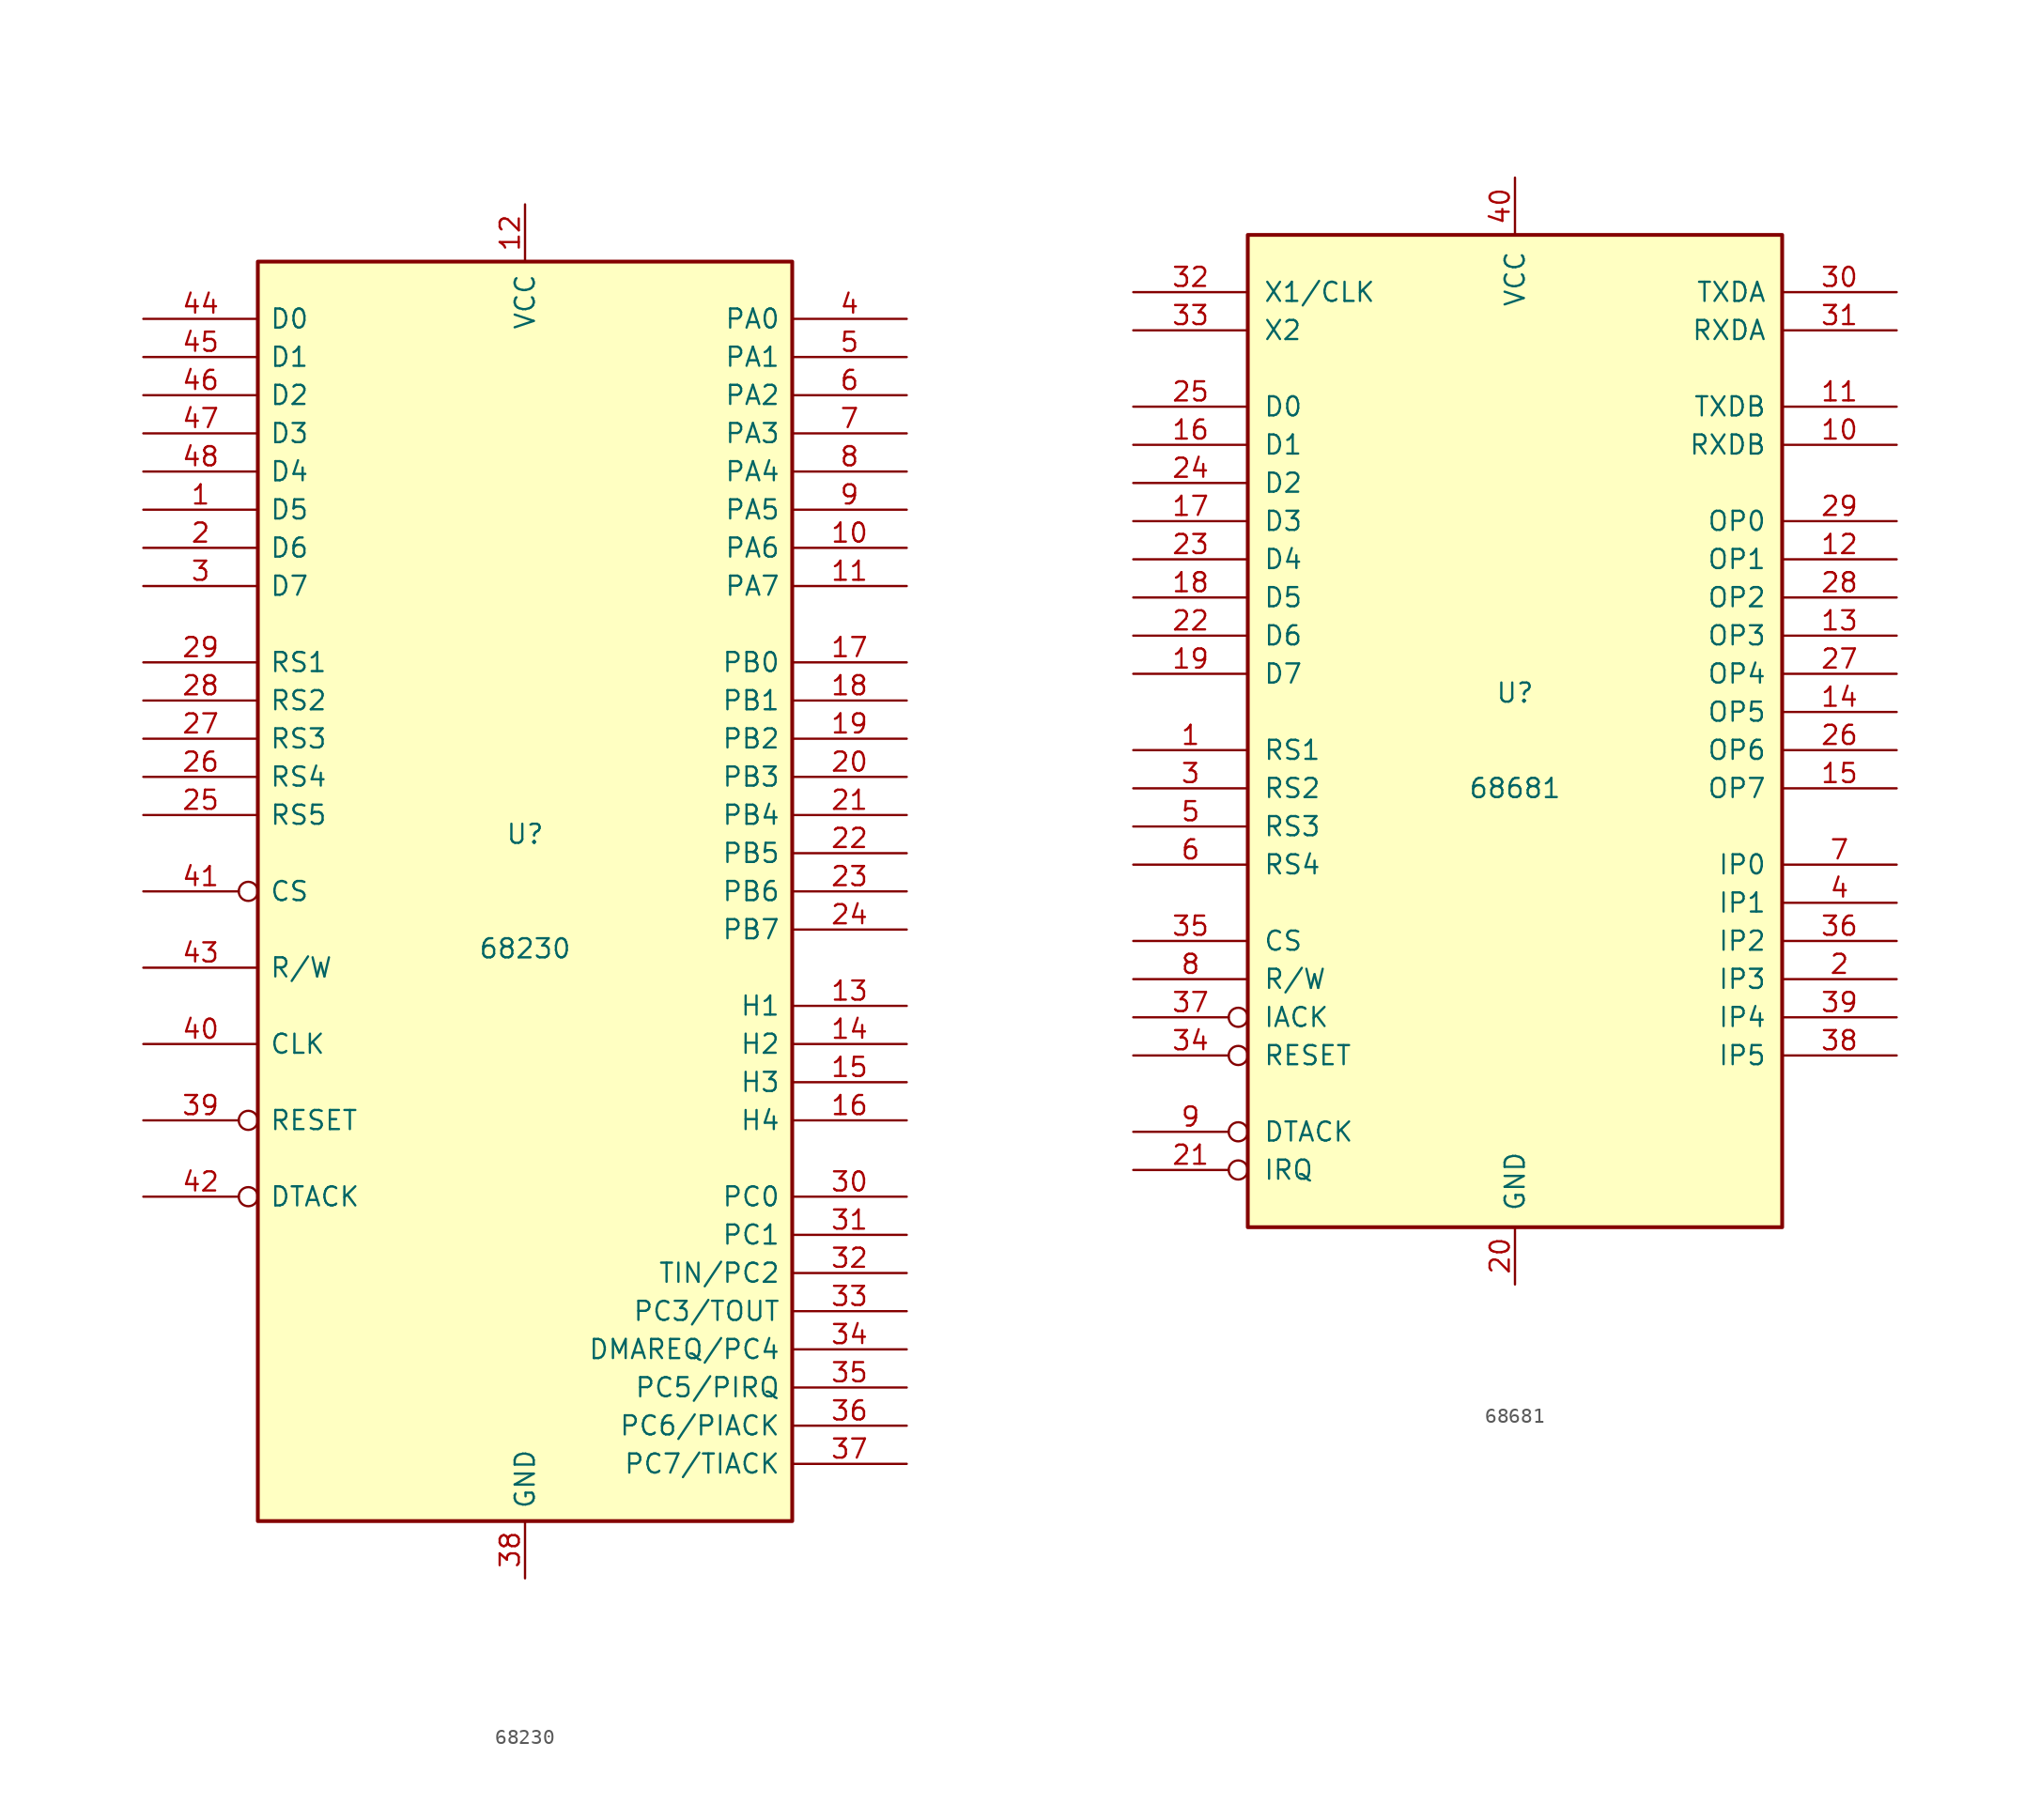
<source format=kicad_sym>
(kicad_symbol_lib
  (version 20201005)
  (generator kicad_symbol_editor)
  (symbol "68230"
    (pin_names
      (offset 0.762))
    (property "Reference" "U"
      (at 0 3.81 0)
      (effects (font (size 1.27 1.27))))
    (property "Value" "68230"
      (at 0 -3.81 0)
      (effects (font (size 1.27 1.27))))
    (symbol "68230_0_1"
      (rectangle (start -17.78 41.91) (end 17.78 -41.91) (stroke (width 0.254)) (fill (type background))))
    (symbol "68230_1_1"
      (pin tri_state line (at -25.4 25.4 0) (length 7.62) (name "D5" (effects (font (size 1.27 1.27)))) (number "1" (effects (font (size 1.27 1.27)))))
      (pin bidirectional line (at 25.4 22.86 180) (length 7.62) (name "PA6" (effects (font (size 1.27 1.27)))) (number "10" (effects (font (size 1.27 1.27)))))
      (pin bidirectional line (at 25.4 20.32 180) (length 7.62) (name "PA7" (effects (font (size 1.27 1.27)))) (number "11" (effects (font (size 1.27 1.27)))))
      (pin power_in line (at 0 45.72 270) (length 3.81) (name "VCC" (effects (font (size 1.27 1.27)))) (number "12" (effects (font (size 1.27 1.27)))))
      (pin input line (at 25.4 -7.62 180) (length 7.62) (name "H1" (effects (font (size 1.27 1.27)))) (number "13" (effects (font (size 1.27 1.27)))))
      (pin bidirectional line (at 25.4 -10.16 180) (length 7.62) (name "H2" (effects (font (size 1.27 1.27)))) (number "14" (effects (font (size 1.27 1.27)))))
      (pin input line (at 25.4 -12.7 180) (length 7.62) (name "H3" (effects (font (size 1.27 1.27)))) (number "15" (effects (font (size 1.27 1.27)))))
      (pin bidirectional line (at 25.4 -15.24 180) (length 7.62) (name "H4" (effects (font (size 1.27 1.27)))) (number "16" (effects (font (size 1.27 1.27)))))
      (pin bidirectional line (at 25.4 15.24 180) (length 7.62) (name "PB0" (effects (font (size 1.27 1.27)))) (number "17" (effects (font (size 1.27 1.27)))))
      (pin bidirectional line (at 25.4 12.7 180) (length 7.62) (name "PB1" (effects (font (size 1.27 1.27)))) (number "18" (effects (font (size 1.27 1.27)))))
      (pin bidirectional line (at 25.4 10.16 180) (length 7.62) (name "PB2" (effects (font (size 1.27 1.27)))) (number "19" (effects (font (size 1.27 1.27)))))
      (pin tri_state line (at -25.4 22.86 0) (length 7.62) (name "D6" (effects (font (size 1.27 1.27)))) (number "2" (effects (font (size 1.27 1.27)))))
      (pin bidirectional line (at 25.4 7.62 180) (length 7.62) (name "PB3" (effects (font (size 1.27 1.27)))) (number "20" (effects (font (size 1.27 1.27)))))
      (pin bidirectional line (at 25.4 5.08 180) (length 7.62) (name "PB4" (effects (font (size 1.27 1.27)))) (number "21" (effects (font (size 1.27 1.27)))))
      (pin bidirectional line (at 25.4 2.54 180) (length 7.62) (name "PB5" (effects (font (size 1.27 1.27)))) (number "22" (effects (font (size 1.27 1.27)))))
      (pin bidirectional line (at 25.4 0 180) (length 7.62) (name "PB6" (effects (font (size 1.27 1.27)))) (number "23" (effects (font (size 1.27 1.27)))))
      (pin bidirectional line (at 25.4 -2.54 180) (length 7.62) (name "PB7" (effects (font (size 1.27 1.27)))) (number "24" (effects (font (size 1.27 1.27)))))
      (pin input line (at -25.4 5.08 0) (length 7.62) (name "RS5" (effects (font (size 1.27 1.27)))) (number "25" (effects (font (size 1.27 1.27)))))
      (pin input line (at -25.4 7.62 0) (length 7.62) (name "RS4" (effects (font (size 1.27 1.27)))) (number "26" (effects (font (size 1.27 1.27)))))
      (pin input line (at -25.4 10.16 0) (length 7.62) (name "RS3" (effects (font (size 1.27 1.27)))) (number "27" (effects (font (size 1.27 1.27)))))
      (pin input line (at -25.4 12.7 0) (length 7.62) (name "RS2" (effects (font (size 1.27 1.27)))) (number "28" (effects (font (size 1.27 1.27)))))
      (pin input line (at -25.4 15.24 0) (length 7.62) (name "RS1" (effects (font (size 1.27 1.27)))) (number "29" (effects (font (size 1.27 1.27)))))
      (pin tri_state line (at -25.4 20.32 0) (length 7.62) (name "D7" (effects (font (size 1.27 1.27)))) (number "3" (effects (font (size 1.27 1.27)))))
      (pin bidirectional line (at 25.4 -20.32 180) (length 7.62) (name "PC0" (effects (font (size 1.27 1.27)))) (number "30" (effects (font (size 1.27 1.27)))))
      (pin bidirectional line (at 25.4 -22.86 180) (length 7.62) (name "PC1" (effects (font (size 1.27 1.27)))) (number "31" (effects (font (size 1.27 1.27)))))
      (pin bidirectional line (at 25.4 -25.4 180) (length 7.62) (name "TIN/PC2" (effects (font (size 1.27 1.27)))) (number "32" (effects (font (size 1.27 1.27)))))
      (pin bidirectional line (at 25.4 -27.94 180) (length 7.62) (name "PC3/TOUT" (effects (font (size 1.27 1.27)))) (number "33" (effects (font (size 1.27 1.27)))))
      (pin bidirectional line (at 25.4 -30.48 180) (length 7.62) (name "DMAREQ/PC4" (effects (font (size 1.27 1.27)))) (number "34" (effects (font (size 1.27 1.27)))))
      (pin bidirectional line (at 25.4 -33.02 180) (length 7.62) (name "PC5/PIRQ" (effects (font (size 1.27 1.27)))) (number "35" (effects (font (size 1.27 1.27)))))
      (pin bidirectional line (at 25.4 -35.56 180) (length 7.62) (name "PC6/PIACK" (effects (font (size 1.27 1.27)))) (number "36" (effects (font (size 1.27 1.27)))))
      (pin bidirectional line (at 25.4 -38.1 180) (length 7.62) (name "PC7/TIACK" (effects (font (size 1.27 1.27)))) (number "37" (effects (font (size 1.27 1.27)))))
      (pin power_in line (at 0 -45.72 90) (length 3.81) (name "GND" (effects (font (size 1.27 1.27)))) (number "38" (effects (font (size 1.27 1.27)))))
      (pin input inverted (at -25.4 -15.24 0) (length 7.62) (name "RESET" (effects (font (size 1.27 1.27)))) (number "39" (effects (font (size 1.27 1.27)))))
      (pin bidirectional line (at 25.4 38.1 180) (length 7.62) (name "PA0" (effects (font (size 1.27 1.27)))) (number "4" (effects (font (size 1.27 1.27)))))
      (pin input line (at -25.4 -10.16 0) (length 7.62) (name "CLK" (effects (font (size 1.27 1.27)))) (number "40" (effects (font (size 1.27 1.27)))))
      (pin input inverted (at -25.4 0 0) (length 7.62) (name "CS" (effects (font (size 1.27 1.27)))) (number "41" (effects (font (size 1.27 1.27)))))
      (pin open_collector inverted (at -25.4 -20.32 0) (length 7.62) (name "DTACK" (effects (font (size 1.27 1.27)))) (number "42" (effects (font (size 1.27 1.27)))))
      (pin input line (at -25.4 -5.08 0) (length 7.62) (name "R/W" (effects (font (size 1.27 1.27)))) (number "43" (effects (font (size 1.27 1.27)))))
      (pin tri_state line (at -25.4 38.1 0) (length 7.62) (name "D0" (effects (font (size 1.27 1.27)))) (number "44" (effects (font (size 1.27 1.27)))))
      (pin tri_state line (at -25.4 35.56 0) (length 7.62) (name "D1" (effects (font (size 1.27 1.27)))) (number "45" (effects (font (size 1.27 1.27)))))
      (pin tri_state line (at -25.4 33.02 0) (length 7.62) (name "D2" (effects (font (size 1.27 1.27)))) (number "46" (effects (font (size 1.27 1.27)))))
      (pin tri_state line (at -25.4 30.48 0) (length 7.62) (name "D3" (effects (font (size 1.27 1.27)))) (number "47" (effects (font (size 1.27 1.27)))))
      (pin tri_state line (at -25.4 27.94 0) (length 7.62) (name "D4" (effects (font (size 1.27 1.27)))) (number "48" (effects (font (size 1.27 1.27)))))
      (pin bidirectional line (at 25.4 35.56 180) (length 7.62) (name "PA1" (effects (font (size 1.27 1.27)))) (number "5" (effects (font (size 1.27 1.27)))))
      (pin bidirectional line (at 25.4 33.02 180) (length 7.62) (name "PA2" (effects (font (size 1.27 1.27)))) (number "6" (effects (font (size 1.27 1.27)))))
      (pin bidirectional line (at 25.4 30.48 180) (length 7.62) (name "PA3" (effects (font (size 1.27 1.27)))) (number "7" (effects (font (size 1.27 1.27)))))
      (pin bidirectional line (at 25.4 27.94 180) (length 7.62) (name "PA4" (effects (font (size 1.27 1.27)))) (number "8" (effects (font (size 1.27 1.27)))))
      (pin bidirectional line (at 25.4 25.4 180) (length 7.62) (name "PA5" (effects (font (size 1.27 1.27)))) (number "9" (effects (font (size 1.27 1.27)))))))
  (symbol "68681"
    (pin_names
      (offset 1.016))
    (property "Reference" "U"
      (at 0 3.81 0)
      (effects (font (size 1.27 1.27))))
    (property "Value" "68681"
      (at 0 -2.54 0)
      (effects (font (size 1.27 1.27))))
    (symbol "68681_0_1"
      (rectangle (start -17.78 -31.75) (end 17.78 34.29) (stroke (width 0.254)) (fill (type background))))
    (symbol "68681_1_1"
      (pin input line (at -25.4 0 0) (length 7.62) (name "RS1" (effects (font (size 1.27 1.27)))) (number "1" (effects (font (size 1.27 1.27)))))
      (pin input line (at 25.4 20.32 180) (length 7.62) (name "RXDB" (effects (font (size 1.27 1.27)))) (number "10" (effects (font (size 1.27 1.27)))))
      (pin output line (at 25.4 22.86 180) (length 7.62) (name "TXDB" (effects (font (size 1.27 1.27)))) (number "11" (effects (font (size 1.27 1.27)))))
      (pin output line (at 25.4 12.7 180) (length 7.62) (name "OP1" (effects (font (size 1.27 1.27)))) (number "12" (effects (font (size 1.27 1.27)))))
      (pin output line (at 25.4 7.62 180) (length 7.62) (name "OP3" (effects (font (size 1.27 1.27)))) (number "13" (effects (font (size 1.27 1.27)))))
      (pin output line (at 25.4 2.54 180) (length 7.62) (name "OP5" (effects (font (size 1.27 1.27)))) (number "14" (effects (font (size 1.27 1.27)))))
      (pin output line (at 25.4 -2.54 180) (length 7.62) (name "OP7" (effects (font (size 1.27 1.27)))) (number "15" (effects (font (size 1.27 1.27)))))
      (pin tri_state line (at -25.4 20.32 0) (length 7.62) (name "D1" (effects (font (size 1.27 1.27)))) (number "16" (effects (font (size 1.27 1.27)))))
      (pin tri_state line (at -25.4 15.24 0) (length 7.62) (name "D3" (effects (font (size 1.27 1.27)))) (number "17" (effects (font (size 1.27 1.27)))))
      (pin tri_state line (at -25.4 10.16 0) (length 7.62) (name "D5" (effects (font (size 1.27 1.27)))) (number "18" (effects (font (size 1.27 1.27)))))
      (pin tri_state line (at -25.4 5.08 0) (length 7.62) (name "D7" (effects (font (size 1.27 1.27)))) (number "19" (effects (font (size 1.27 1.27)))))
      (pin input line (at 25.4 -15.24 180) (length 7.62) (name "IP3" (effects (font (size 1.27 1.27)))) (number "2" (effects (font (size 1.27 1.27)))))
      (pin power_in line (at 0 -35.56 90) (length 3.81) (name "GND" (effects (font (size 1.27 1.27)))) (number "20" (effects (font (size 1.27 1.27)))))
      (pin output inverted (at -25.4 -27.94 0) (length 7.62) (name "IRQ" (effects (font (size 1.27 1.27)))) (number "21" (effects (font (size 1.27 1.27)))))
      (pin tri_state line (at -25.4 7.62 0) (length 7.62) (name "D6" (effects (font (size 1.27 1.27)))) (number "22" (effects (font (size 1.27 1.27)))))
      (pin tri_state line (at -25.4 12.7 0) (length 7.62) (name "D4" (effects (font (size 1.27 1.27)))) (number "23" (effects (font (size 1.27 1.27)))))
      (pin tri_state line (at -25.4 17.78 0) (length 7.62) (name "D2" (effects (font (size 1.27 1.27)))) (number "24" (effects (font (size 1.27 1.27)))))
      (pin tri_state line (at -25.4 22.86 0) (length 7.62) (name "D0" (effects (font (size 1.27 1.27)))) (number "25" (effects (font (size 1.27 1.27)))))
      (pin output line (at 25.4 0 180) (length 7.62) (name "OP6" (effects (font (size 1.27 1.27)))) (number "26" (effects (font (size 1.27 1.27)))))
      (pin output line (at 25.4 5.08 180) (length 7.62) (name "OP4" (effects (font (size 1.27 1.27)))) (number "27" (effects (font (size 1.27 1.27)))))
      (pin output line (at 25.4 10.16 180) (length 7.62) (name "OP2" (effects (font (size 1.27 1.27)))) (number "28" (effects (font (size 1.27 1.27)))))
      (pin output line (at 25.4 15.24 180) (length 7.62) (name "OP0" (effects (font (size 1.27 1.27)))) (number "29" (effects (font (size 1.27 1.27)))))
      (pin input line (at -25.4 -2.54 0) (length 7.62) (name "RS2" (effects (font (size 1.27 1.27)))) (number "3" (effects (font (size 1.27 1.27)))))
      (pin output line (at 25.4 30.48 180) (length 7.62) (name "TXDA" (effects (font (size 1.27 1.27)))) (number "30" (effects (font (size 1.27 1.27)))))
      (pin input line (at 25.4 27.94 180) (length 7.62) (name "RXDA" (effects (font (size 1.27 1.27)))) (number "31" (effects (font (size 1.27 1.27)))))
      (pin input line (at -25.4 30.48 0) (length 7.62) (name "X1/CLK" (effects (font (size 1.27 1.27)))) (number "32" (effects (font (size 1.27 1.27)))))
      (pin input line (at -25.4 27.94 0) (length 7.62) (name "X2" (effects (font (size 1.27 1.27)))) (number "33" (effects (font (size 1.27 1.27)))))
      (pin input inverted (at -25.4 -20.32 0) (length 7.62) (name "RESET" (effects (font (size 1.27 1.27)))) (number "34" (effects (font (size 1.27 1.27)))))
      (pin input line (at -25.4 -12.7 0) (length 7.62) (name "CS" (effects (font (size 1.27 1.27)))) (number "35" (effects (font (size 1.27 1.27)))))
      (pin input line (at 25.4 -12.7 180) (length 7.62) (name "IP2" (effects (font (size 1.27 1.27)))) (number "36" (effects (font (size 1.27 1.27)))))
      (pin input inverted (at -25.4 -17.78 0) (length 7.62) (name "IACK" (effects (font (size 1.27 1.27)))) (number "37" (effects (font (size 1.27 1.27)))))
      (pin input line (at 25.4 -20.32 180) (length 7.62) (name "IP5" (effects (font (size 1.27 1.27)))) (number "38" (effects (font (size 1.27 1.27)))))
      (pin input line (at 25.4 -17.78 180) (length 7.62) (name "IP4" (effects (font (size 1.27 1.27)))) (number "39" (effects (font (size 1.27 1.27)))))
      (pin input line (at 25.4 -10.16 180) (length 7.62) (name "IP1" (effects (font (size 1.27 1.27)))) (number "4" (effects (font (size 1.27 1.27)))))
      (pin power_in line (at 0 38.1 270) (length 3.81) (name "VCC" (effects (font (size 1.27 1.27)))) (number "40" (effects (font (size 1.27 1.27)))))
      (pin input line (at -25.4 -5.08 0) (length 7.62) (name "RS3" (effects (font (size 1.27 1.27)))) (number "5" (effects (font (size 1.27 1.27)))))
      (pin input line (at -25.4 -7.62 0) (length 7.62) (name "RS4" (effects (font (size 1.27 1.27)))) (number "6" (effects (font (size 1.27 1.27)))))
      (pin input line (at 25.4 -7.62 180) (length 7.62) (name "IP0" (effects (font (size 1.27 1.27)))) (number "7" (effects (font (size 1.27 1.27)))))
      (pin input line (at -25.4 -15.24 0) (length 7.62) (name "R/W" (effects (font (size 1.27 1.27)))) (number "8" (effects (font (size 1.27 1.27)))))
      (pin open_collector inverted (at -25.4 -25.4 0) (length 7.62) (name "DTACK" (effects (font (size 1.27 1.27)))) (number "9" (effects (font (size 1.27 1.27))))))))
</source>
